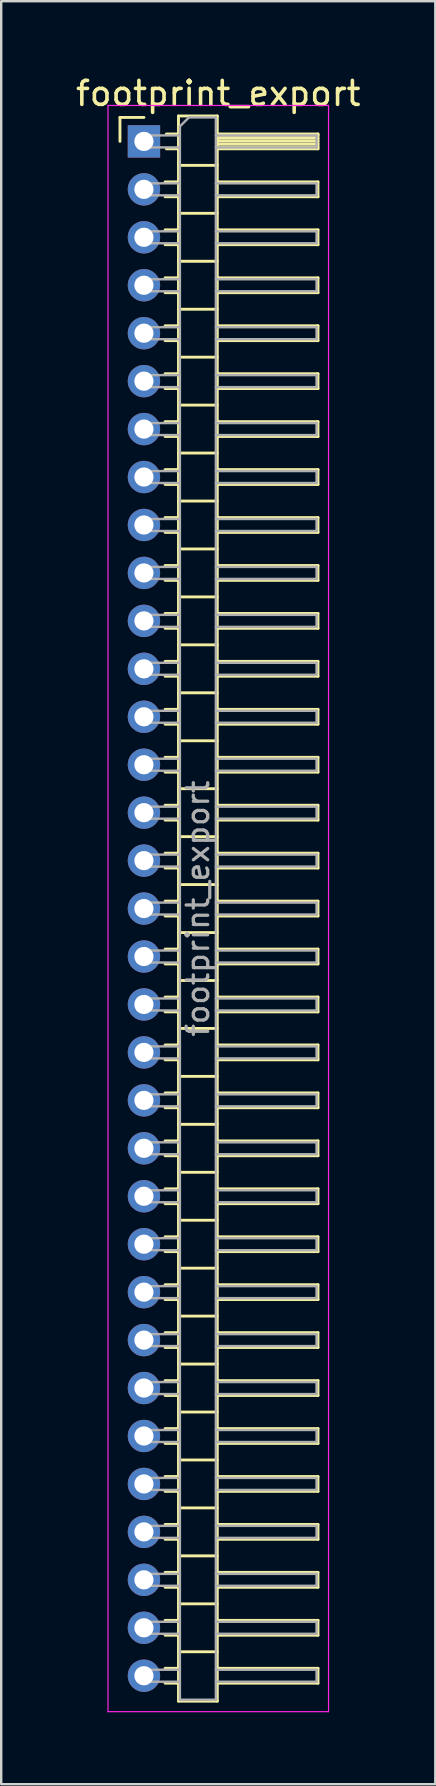
<source format=kicad_pcb>
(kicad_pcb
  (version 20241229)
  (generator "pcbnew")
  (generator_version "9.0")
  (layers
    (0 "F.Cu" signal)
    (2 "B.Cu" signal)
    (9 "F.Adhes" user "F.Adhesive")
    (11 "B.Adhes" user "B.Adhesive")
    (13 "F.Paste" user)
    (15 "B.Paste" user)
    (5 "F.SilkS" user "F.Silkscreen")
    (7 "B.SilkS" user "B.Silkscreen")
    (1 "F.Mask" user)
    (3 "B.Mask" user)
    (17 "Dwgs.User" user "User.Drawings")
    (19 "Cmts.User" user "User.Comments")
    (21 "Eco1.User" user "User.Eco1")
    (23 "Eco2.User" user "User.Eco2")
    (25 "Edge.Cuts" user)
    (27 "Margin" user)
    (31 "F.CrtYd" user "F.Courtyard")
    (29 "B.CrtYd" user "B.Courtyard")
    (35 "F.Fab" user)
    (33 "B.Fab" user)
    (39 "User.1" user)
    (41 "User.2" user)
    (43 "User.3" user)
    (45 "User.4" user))
  (footprint "footprint_export"
    (layer "F.Cu")
    (at 2.954 2.848)
    (property "Reference" "footprint_export" (at 3.1 -2 0) (layer "F.SilkS") (effects (font (size 1 1) (thickness 0.15))))
    (attr through_hole)
    (fp_line (start -1 -1) (end 0 -1) (stroke (width 0.12) (type solid)) (layer "F.SilkS"))
    (fp_line (start -1 0) (end -1 -1) (stroke (width 0.12) (type solid)) (layer "F.SilkS"))
    (fp_line (start 0.882 1.69) (end 1.44 1.69) (stroke (width 0.12) (type solid)) (layer "F.SilkS"))
    (fp_line (start 0.882 2.31) (end 1.44 2.31) (stroke (width 0.12) (type solid)) (layer "F.SilkS"))
    (fp_line (start 0.882 3.69) (end 1.44 3.69) (stroke (width 0.12) (type solid)) (layer "F.SilkS"))
    (fp_line (start 0.882 4.31) (end 1.44 4.31) (stroke (width 0.12) (type solid)) (layer "F.SilkS"))
    (fp_line (start 0.882 5.69) (end 1.44 5.69) (stroke (width 0.12) (type solid)) (layer "F.SilkS"))
    (fp_line (start 0.882 6.31) (end 1.44 6.31) (stroke (width 0.12) (type solid)) (layer "F.SilkS"))
    (fp_line (start 0.882 7.69) (end 1.44 7.69) (stroke (width 0.12) (type solid)) (layer "F.SilkS"))
    (fp_line (start 0.882 8.31) (end 1.44 8.31) (stroke (width 0.12) (type solid)) (layer "F.SilkS"))
    (fp_line (start 0.882 9.69) (end 1.44 9.69) (stroke (width 0.12) (type solid)) (layer "F.SilkS"))
    (fp_line (start 0.882 10.31) (end 1.44 10.31) (stroke (width 0.12) (type solid)) (layer "F.SilkS"))
    (fp_line (start 0.882 11.69) (end 1.44 11.69) (stroke (width 0.12) (type solid)) (layer "F.SilkS"))
    (fp_line (start 0.882 12.31) (end 1.44 12.31) (stroke (width 0.12) (type solid)) (layer "F.SilkS"))
    (fp_line (start 0.882 13.69) (end 1.44 13.69) (stroke (width 0.12) (type solid)) (layer "F.SilkS"))
    (fp_line (start 0.882 14.31) (end 1.44 14.31) (stroke (width 0.12) (type solid)) (layer "F.SilkS"))
    (fp_line (start 0.882 15.69) (end 1.44 15.69) (stroke (width 0.12) (type solid)) (layer "F.SilkS"))
    (fp_line (start 0.882 16.31) (end 1.44 16.31) (stroke (width 0.12) (type solid)) (layer "F.SilkS"))
    (fp_line (start 0.882 17.69) (end 1.44 17.69) (stroke (width 0.12) (type solid)) (layer "F.SilkS"))
    (fp_line (start 0.882 18.31) (end 1.44 18.31) (stroke (width 0.12) (type solid)) (layer "F.SilkS"))
    (fp_line (start 0.882 19.69) (end 1.44 19.69) (stroke (width 0.12) (type solid)) (layer "F.SilkS"))
    (fp_line (start 0.882 20.31) (end 1.44 20.31) (stroke (width 0.12) (type solid)) (layer "F.SilkS"))
    (fp_line (start 0.882 21.69) (end 1.44 21.69) (stroke (width 0.12) (type solid)) (layer "F.SilkS"))
    (fp_line (start 0.882 22.31) (end 1.44 22.31) (stroke (width 0.12) (type solid)) (layer "F.SilkS"))
    (fp_line (start 0.882 23.69) (end 1.44 23.69) (stroke (width 0.12) (type solid)) (layer "F.SilkS"))
    (fp_line (start 0.882 24.31) (end 1.44 24.31) (stroke (width 0.12) (type solid)) (layer "F.SilkS"))
    (fp_line (start 0.882 25.69) (end 1.44 25.69) (stroke (width 0.12) (type solid)) (layer "F.SilkS"))
    (fp_line (start 0.882 26.31) (end 1.44 26.31) (stroke (width 0.12) (type solid)) (layer "F.SilkS"))
    (fp_line (start 0.882 27.69) (end 1.44 27.69) (stroke (width 0.12) (type solid)) (layer "F.SilkS"))
    (fp_line (start 0.882 28.31) (end 1.44 28.31) (stroke (width 0.12) (type solid)) (layer "F.SilkS"))
    (fp_line (start 0.882 29.69) (end 1.44 29.69) (stroke (width 0.12) (type solid)) (layer "F.SilkS"))
    (fp_line (start 0.882 30.31) (end 1.44 30.31) (stroke (width 0.12) (type solid)) (layer "F.SilkS"))
    (fp_line (start 0.882 31.69) (end 1.44 31.69) (stroke (width 0.12) (type solid)) (layer "F.SilkS"))
    (fp_line (start 0.882 32.31) (end 1.44 32.31) (stroke (width 0.12) (type solid)) (layer "F.SilkS"))
    (fp_line (start 0.882 33.69) (end 1.44 33.69) (stroke (width 0.12) (type solid)) (layer "F.SilkS"))
    (fp_line (start 0.882 34.31) (end 1.44 34.31) (stroke (width 0.12) (type solid)) (layer "F.SilkS"))
    (fp_line (start 0.882 35.69) (end 1.44 35.69) (stroke (width 0.12) (type solid)) (layer "F.SilkS"))
    (fp_line (start 0.882 36.31) (end 1.44 36.31) (stroke (width 0.12) (type solid)) (layer "F.SilkS"))
    (fp_line (start 0.882 37.69) (end 1.44 37.69) (stroke (width 0.12) (type solid)) (layer "F.SilkS"))
    (fp_line (start 0.882 38.31) (end 1.44 38.31) (stroke (width 0.12) (type solid)) (layer "F.SilkS"))
    (fp_line (start 0.882 39.69) (end 1.44 39.69) (stroke (width 0.12) (type solid)) (layer "F.SilkS"))
    (fp_line (start 0.882 40.31) (end 1.44 40.31) (stroke (width 0.12) (type solid)) (layer "F.SilkS"))
    (fp_line (start 0.882 41.69) (end 1.44 41.69) (stroke (width 0.12) (type solid)) (layer "F.SilkS"))
    (fp_line (start 0.882 42.31) (end 1.44 42.31) (stroke (width 0.12) (type solid)) (layer "F.SilkS"))
    (fp_line (start 0.882 43.69) (end 1.44 43.69) (stroke (width 0.12) (type solid)) (layer "F.SilkS"))
    (fp_line (start 0.882 44.31) (end 1.44 44.31) (stroke (width 0.12) (type solid)) (layer "F.SilkS"))
    (fp_line (start 0.882 45.69) (end 1.44 45.69) (stroke (width 0.12) (type solid)) (layer "F.SilkS"))
    (fp_line (start 0.882 46.31) (end 1.44 46.31) (stroke (width 0.12) (type solid)) (layer "F.SilkS"))
    (fp_line (start 0.882 47.69) (end 1.44 47.69) (stroke (width 0.12) (type solid)) (layer "F.SilkS"))
    (fp_line (start 0.882 48.31) (end 1.44 48.31) (stroke (width 0.12) (type solid)) (layer "F.SilkS"))
    (fp_line (start 0.882 49.69) (end 1.44 49.69) (stroke (width 0.12) (type solid)) (layer "F.SilkS"))
    (fp_line (start 0.882 50.31) (end 1.44 50.31) (stroke (width 0.12) (type solid)) (layer "F.SilkS"))
    (fp_line (start 0.882 51.69) (end 1.44 51.69) (stroke (width 0.12) (type solid)) (layer "F.SilkS"))
    (fp_line (start 0.882 52.31) (end 1.44 52.31) (stroke (width 0.12) (type solid)) (layer "F.SilkS"))
    (fp_line (start 0.882 53.69) (end 1.44 53.69) (stroke (width 0.12) (type solid)) (layer "F.SilkS"))
    (fp_line (start 0.882 54.31) (end 1.44 54.31) (stroke (width 0.12) (type solid)) (layer "F.SilkS"))
    (fp_line (start 0.882 55.69) (end 1.44 55.69) (stroke (width 0.12) (type solid)) (layer "F.SilkS"))
    (fp_line (start 0.882 56.31) (end 1.44 56.31) (stroke (width 0.12) (type solid)) (layer "F.SilkS"))
    (fp_line (start 0.882 57.69) (end 1.44 57.69) (stroke (width 0.12) (type solid)) (layer "F.SilkS"))
    (fp_line (start 0.882 58.31) (end 1.44 58.31) (stroke (width 0.12) (type solid)) (layer "F.SilkS"))
    (fp_line (start 0.882 59.69) (end 1.44 59.69) (stroke (width 0.12) (type solid)) (layer "F.SilkS"))
    (fp_line (start 0.882 60.31) (end 1.44 60.31) (stroke (width 0.12) (type solid)) (layer "F.SilkS"))
    (fp_line (start 0.882 61.69) (end 1.44 61.69) (stroke (width 0.12) (type solid)) (layer "F.SilkS"))
    (fp_line (start 0.882 62.31) (end 1.44 62.31) (stroke (width 0.12) (type solid)) (layer "F.SilkS"))
    (fp_line (start 0.882 63.69) (end 1.44 63.69) (stroke (width 0.12) (type solid)) (layer "F.SilkS"))
    (fp_line (start 0.882 64.31) (end 1.44 64.31) (stroke (width 0.12) (type solid)) (layer "F.SilkS"))
    (fp_line (start 0.935 -0.31) (end 1.44 -0.31) (stroke (width 0.12) (type solid)) (layer "F.SilkS"))
    (fp_line (start 0.935 0.31) (end 1.44 0.31) (stroke (width 0.12) (type solid)) (layer "F.SilkS"))
    (fp_line (start 1.44 -1.06) (end 1.44 65.06) (stroke (width 0.12) (type solid)) (layer "F.SilkS"))
    (fp_line (start 1.44 1) (end 3.06 1) (stroke (width 0.12) (type solid)) (layer "F.SilkS"))
    (fp_line (start 1.44 3) (end 3.06 3) (stroke (width 0.12) (type solid)) (layer "F.SilkS"))
    (fp_line (start 1.44 5) (end 3.06 5) (stroke (width 0.12) (type solid)) (layer "F.SilkS"))
    (fp_line (start 1.44 7) (end 3.06 7) (stroke (width 0.12) (type solid)) (layer "F.SilkS"))
    (fp_line (start 1.44 9) (end 3.06 9) (stroke (width 0.12) (type solid)) (layer "F.SilkS"))
    (fp_line (start 1.44 11) (end 3.06 11) (stroke (width 0.12) (type solid)) (layer "F.SilkS"))
    (fp_line (start 1.44 13) (end 3.06 13) (stroke (width 0.12) (type solid)) (layer "F.SilkS"))
    (fp_line (start 1.44 15) (end 3.06 15) (stroke (width 0.12) (type solid)) (layer "F.SilkS"))
    (fp_line (start 1.44 17) (end 3.06 17) (stroke (width 0.12) (type solid)) (layer "F.SilkS"))
    (fp_line (start 1.44 19) (end 3.06 19) (stroke (width 0.12) (type solid)) (layer "F.SilkS"))
    (fp_line (start 1.44 21) (end 3.06 21) (stroke (width 0.12) (type solid)) (layer "F.SilkS"))
    (fp_line (start 1.44 23) (end 3.06 23) (stroke (width 0.12) (type solid)) (layer "F.SilkS"))
    (fp_line (start 1.44 25) (end 3.06 25) (stroke (width 0.12) (type solid)) (layer "F.SilkS"))
    (fp_line (start 1.44 27) (end 3.06 27) (stroke (width 0.12) (type solid)) (layer "F.SilkS"))
    (fp_line (start 1.44 29) (end 3.06 29) (stroke (width 0.12) (type solid)) (layer "F.SilkS"))
    (fp_line (start 1.44 31) (end 3.06 31) (stroke (width 0.12) (type solid)) (layer "F.SilkS"))
    (fp_line (start 1.44 33) (end 3.06 33) (stroke (width 0.12) (type solid)) (layer "F.SilkS"))
    (fp_line (start 1.44 35) (end 3.06 35) (stroke (width 0.12) (type solid)) (layer "F.SilkS"))
    (fp_line (start 1.44 37) (end 3.06 37) (stroke (width 0.12) (type solid)) (layer "F.SilkS"))
    (fp_line (start 1.44 39) (end 3.06 39) (stroke (width 0.12) (type solid)) (layer "F.SilkS"))
    (fp_line (start 1.44 41) (end 3.06 41) (stroke (width 0.12) (type solid)) (layer "F.SilkS"))
    (fp_line (start 1.44 43) (end 3.06 43) (stroke (width 0.12) (type solid)) (layer "F.SilkS"))
    (fp_line (start 1.44 45) (end 3.06 45) (stroke (width 0.12) (type solid)) (layer "F.SilkS"))
    (fp_line (start 1.44 47) (end 3.06 47) (stroke (width 0.12) (type solid)) (layer "F.SilkS"))
    (fp_line (start 1.44 49) (end 3.06 49) (stroke (width 0.12) (type solid)) (layer "F.SilkS"))
    (fp_line (start 1.44 51) (end 3.06 51) (stroke (width 0.12) (type solid)) (layer "F.SilkS"))
    (fp_line (start 1.44 53) (end 3.06 53) (stroke (width 0.12) (type solid)) (layer "F.SilkS"))
    (fp_line (start 1.44 55) (end 3.06 55) (stroke (width 0.12) (type solid)) (layer "F.SilkS"))
    (fp_line (start 1.44 57) (end 3.06 57) (stroke (width 0.12) (type solid)) (layer "F.SilkS"))
    (fp_line (start 1.44 59) (end 3.06 59) (stroke (width 0.12) (type solid)) (layer "F.SilkS"))
    (fp_line (start 1.44 61) (end 3.06 61) (stroke (width 0.12) (type solid)) (layer "F.SilkS"))
    (fp_line (start 1.44 63) (end 3.06 63) (stroke (width 0.12) (type solid)) (layer "F.SilkS"))
    (fp_line (start 1.44 65.06) (end 3.06 65.06) (stroke (width 0.12) (type solid)) (layer "F.SilkS"))
    (fp_line (start 3.06 -1.06) (end 1.44 -1.06) (stroke (width 0.12) (type solid)) (layer "F.SilkS"))
    (fp_line (start 3.06 -0.31) (end 7.26 -0.31) (stroke (width 0.12) (type solid)) (layer "F.SilkS"))
    (fp_line (start 3.06 -0.25) (end 7.26 -0.25) (stroke (width 0.12) (type solid)) (layer "F.SilkS"))
    (fp_line (start 3.06 -0.13) (end 7.26 -0.13) (stroke (width 0.12) (type solid)) (layer "F.SilkS"))
    (fp_line (start 3.06 -0.01) (end 7.26 -0.01) (stroke (width 0.12) (type solid)) (layer "F.SilkS"))
    (fp_line (start 3.06 0.11) (end 7.26 0.11) (stroke (width 0.12) (type solid)) (layer "F.SilkS"))
    (fp_line (start 3.06 0.23) (end 7.26 0.23) (stroke (width 0.12) (type solid)) (layer "F.SilkS"))
    (fp_line (start 3.06 1.69) (end 7.26 1.69) (stroke (width 0.12) (type solid)) (layer "F.SilkS"))
    (fp_line (start 3.06 3.69) (end 7.26 3.69) (stroke (width 0.12) (type solid)) (layer "F.SilkS"))
    (fp_line (start 3.06 5.69) (end 7.26 5.69) (stroke (width 0.12) (type solid)) (layer "F.SilkS"))
    (fp_line (start 3.06 7.69) (end 7.26 7.69) (stroke (width 0.12) (type solid)) (layer "F.SilkS"))
    (fp_line (start 3.06 9.69) (end 7.26 9.69) (stroke (width 0.12) (type solid)) (layer "F.SilkS"))
    (fp_line (start 3.06 11.69) (end 7.26 11.69) (stroke (width 0.12) (type solid)) (layer "F.SilkS"))
    (fp_line (start 3.06 13.69) (end 7.26 13.69) (stroke (width 0.12) (type solid)) (layer "F.SilkS"))
    (fp_line (start 3.06 15.69) (end 7.26 15.69) (stroke (width 0.12) (type solid)) (layer "F.SilkS"))
    (fp_line (start 3.06 17.69) (end 7.26 17.69) (stroke (width 0.12) (type solid)) (layer "F.SilkS"))
    (fp_line (start 3.06 19.69) (end 7.26 19.69) (stroke (width 0.12) (type solid)) (layer "F.SilkS"))
    (fp_line (start 3.06 21.69) (end 7.26 21.69) (stroke (width 0.12) (type solid)) (layer "F.SilkS"))
    (fp_line (start 3.06 23.69) (end 7.26 23.69) (stroke (width 0.12) (type solid)) (layer "F.SilkS"))
    (fp_line (start 3.06 25.69) (end 7.26 25.69) (stroke (width 0.12) (type solid)) (layer "F.SilkS"))
    (fp_line (start 3.06 27.69) (end 7.26 27.69) (stroke (width 0.12) (type solid)) (layer "F.SilkS"))
    (fp_line (start 3.06 29.69) (end 7.26 29.69) (stroke (width 0.12) (type solid)) (layer "F.SilkS"))
    (fp_line (start 3.06 31.69) (end 7.26 31.69) (stroke (width 0.12) (type solid)) (layer "F.SilkS"))
    (fp_line (start 3.06 33.69) (end 7.26 33.69) (stroke (width 0.12) (type solid)) (layer "F.SilkS"))
    (fp_line (start 3.06 35.69) (end 7.26 35.69) (stroke (width 0.12) (type solid)) (layer "F.SilkS"))
    (fp_line (start 3.06 37.69) (end 7.26 37.69) (stroke (width 0.12) (type solid)) (layer "F.SilkS"))
    (fp_line (start 3.06 39.69) (end 7.26 39.69) (stroke (width 0.12) (type solid)) (layer "F.SilkS"))
    (fp_line (start 3.06 41.69) (end 7.26 41.69) (stroke (width 0.12) (type solid)) (layer "F.SilkS"))
    (fp_line (start 3.06 43.69) (end 7.26 43.69) (stroke (width 0.12) (type solid)) (layer "F.SilkS"))
    (fp_line (start 3.06 45.69) (end 7.26 45.69) (stroke (width 0.12) (type solid)) (layer "F.SilkS"))
    (fp_line (start 3.06 47.69) (end 7.26 47.69) (stroke (width 0.12) (type solid)) (layer "F.SilkS"))
    (fp_line (start 3.06 49.69) (end 7.26 49.69) (stroke (width 0.12) (type solid)) (layer "F.SilkS"))
    (fp_line (start 3.06 51.69) (end 7.26 51.69) (stroke (width 0.12) (type solid)) (layer "F.SilkS"))
    (fp_line (start 3.06 53.69) (end 7.26 53.69) (stroke (width 0.12) (type solid)) (layer "F.SilkS"))
    (fp_line (start 3.06 55.69) (end 7.26 55.69) (stroke (width 0.12) (type solid)) (layer "F.SilkS"))
    (fp_line (start 3.06 57.69) (end 7.26 57.69) (stroke (width 0.12) (type solid)) (layer "F.SilkS"))
    (fp_line (start 3.06 59.69) (end 7.26 59.69) (stroke (width 0.12) (type solid)) (layer "F.SilkS"))
    (fp_line (start 3.06 61.69) (end 7.26 61.69) (stroke (width 0.12) (type solid)) (layer "F.SilkS"))
    (fp_line (start 3.06 63.69) (end 7.26 63.69) (stroke (width 0.12) (type solid)) (layer "F.SilkS"))
    (fp_line (start 3.06 65.06) (end 3.06 -1.06) (stroke (width 0.12) (type solid)) (layer "F.SilkS"))
    (fp_line (start 7.26 -0.31) (end 7.26 0.31) (stroke (width 0.12) (type solid)) (layer "F.SilkS"))
    (fp_line (start 7.26 0.31) (end 3.06 0.31) (stroke (width 0.12) (type solid)) (layer "F.SilkS"))
    (fp_line (start 7.26 1.69) (end 7.26 2.31) (stroke (width 0.12) (type solid)) (layer "F.SilkS"))
    (fp_line (start 7.26 2.31) (end 3.06 2.31) (stroke (width 0.12) (type solid)) (layer "F.SilkS"))
    (fp_line (start 7.26 3.69) (end 7.26 4.31) (stroke (width 0.12) (type solid)) (layer "F.SilkS"))
    (fp_line (start 7.26 4.31) (end 3.06 4.31) (stroke (width 0.12) (type solid)) (layer "F.SilkS"))
    (fp_line (start 7.26 5.69) (end 7.26 6.31) (stroke (width 0.12) (type solid)) (layer "F.SilkS"))
    (fp_line (start 7.26 6.31) (end 3.06 6.31) (stroke (width 0.12) (type solid)) (layer "F.SilkS"))
    (fp_line (start 7.26 7.69) (end 7.26 8.31) (stroke (width 0.12) (type solid)) (layer "F.SilkS"))
    (fp_line (start 7.26 8.31) (end 3.06 8.31) (stroke (width 0.12) (type solid)) (layer "F.SilkS"))
    (fp_line (start 7.26 9.69) (end 7.26 10.31) (stroke (width 0.12) (type solid)) (layer "F.SilkS"))
    (fp_line (start 7.26 10.31) (end 3.06 10.31) (stroke (width 0.12) (type solid)) (layer "F.SilkS"))
    (fp_line (start 7.26 11.69) (end 7.26 12.31) (stroke (width 0.12) (type solid)) (layer "F.SilkS"))
    (fp_line (start 7.26 12.31) (end 3.06 12.31) (stroke (width 0.12) (type solid)) (layer "F.SilkS"))
    (fp_line (start 7.26 13.69) (end 7.26 14.31) (stroke (width 0.12) (type solid)) (layer "F.SilkS"))
    (fp_line (start 7.26 14.31) (end 3.06 14.31) (stroke (width 0.12) (type solid)) (layer "F.SilkS"))
    (fp_line (start 7.26 15.69) (end 7.26 16.31) (stroke (width 0.12) (type solid)) (layer "F.SilkS"))
    (fp_line (start 7.26 16.31) (end 3.06 16.31) (stroke (width 0.12) (type solid)) (layer "F.SilkS"))
    (fp_line (start 7.26 17.69) (end 7.26 18.31) (stroke (width 0.12) (type solid)) (layer "F.SilkS"))
    (fp_line (start 7.26 18.31) (end 3.06 18.31) (stroke (width 0.12) (type solid)) (layer "F.SilkS"))
    (fp_line (start 7.26 19.69) (end 7.26 20.31) (stroke (width 0.12) (type solid)) (layer "F.SilkS"))
    (fp_line (start 7.26 20.31) (end 3.06 20.31) (stroke (width 0.12) (type solid)) (layer "F.SilkS"))
    (fp_line (start 7.26 21.69) (end 7.26 22.31) (stroke (width 0.12) (type solid)) (layer "F.SilkS"))
    (fp_line (start 7.26 22.31) (end 3.06 22.31) (stroke (width 0.12) (type solid)) (layer "F.SilkS"))
    (fp_line (start 7.26 23.69) (end 7.26 24.31) (stroke (width 0.12) (type solid)) (layer "F.SilkS"))
    (fp_line (start 7.26 24.31) (end 3.06 24.31) (stroke (width 0.12) (type solid)) (layer "F.SilkS"))
    (fp_line (start 7.26 25.69) (end 7.26 26.31) (stroke (width 0.12) (type solid)) (layer "F.SilkS"))
    (fp_line (start 7.26 26.31) (end 3.06 26.31) (stroke (width 0.12) (type solid)) (layer "F.SilkS"))
    (fp_line (start 7.26 27.69) (end 7.26 28.31) (stroke (width 0.12) (type solid)) (layer "F.SilkS"))
    (fp_line (start 7.26 28.31) (end 3.06 28.31) (stroke (width 0.12) (type solid)) (layer "F.SilkS"))
    (fp_line (start 7.26 29.69) (end 7.26 30.31) (stroke (width 0.12) (type solid)) (layer "F.SilkS"))
    (fp_line (start 7.26 30.31) (end 3.06 30.31) (stroke (width 0.12) (type solid)) (layer "F.SilkS"))
    (fp_line (start 7.26 31.69) (end 7.26 32.31) (stroke (width 0.12) (type solid)) (layer "F.SilkS"))
    (fp_line (start 7.26 32.31) (end 3.06 32.31) (stroke (width 0.12) (type solid)) (layer "F.SilkS"))
    (fp_line (start 7.26 33.69) (end 7.26 34.31) (stroke (width 0.12) (type solid)) (layer "F.SilkS"))
    (fp_line (start 7.26 34.31) (end 3.06 34.31) (stroke (width 0.12) (type solid)) (layer "F.SilkS"))
    (fp_line (start 7.26 35.69) (end 7.26 36.31) (stroke (width 0.12) (type solid)) (layer "F.SilkS"))
    (fp_line (start 7.26 36.31) (end 3.06 36.31) (stroke (width 0.12) (type solid)) (layer "F.SilkS"))
    (fp_line (start 7.26 37.69) (end 7.26 38.31) (stroke (width 0.12) (type solid)) (layer "F.SilkS"))
    (fp_line (start 7.26 38.31) (end 3.06 38.31) (stroke (width 0.12) (type solid)) (layer "F.SilkS"))
    (fp_line (start 7.26 39.69) (end 7.26 40.31) (stroke (width 0.12) (type solid)) (layer "F.SilkS"))
    (fp_line (start 7.26 40.31) (end 3.06 40.31) (stroke (width 0.12) (type solid)) (layer "F.SilkS"))
    (fp_line (start 7.26 41.69) (end 7.26 42.31) (stroke (width 0.12) (type solid)) (layer "F.SilkS"))
    (fp_line (start 7.26 42.31) (end 3.06 42.31) (stroke (width 0.12) (type solid)) (layer "F.SilkS"))
    (fp_line (start 7.26 43.69) (end 7.26 44.31) (stroke (width 0.12) (type solid)) (layer "F.SilkS"))
    (fp_line (start 7.26 44.31) (end 3.06 44.31) (stroke (width 0.12) (type solid)) (layer "F.SilkS"))
    (fp_line (start 7.26 45.69) (end 7.26 46.31) (stroke (width 0.12) (type solid)) (layer "F.SilkS"))
    (fp_line (start 7.26 46.31) (end 3.06 46.31) (stroke (width 0.12) (type solid)) (layer "F.SilkS"))
    (fp_line (start 7.26 47.69) (end 7.26 48.31) (stroke (width 0.12) (type solid)) (layer "F.SilkS"))
    (fp_line (start 7.26 48.31) (end 3.06 48.31) (stroke (width 0.12) (type solid)) (layer "F.SilkS"))
    (fp_line (start 7.26 49.69) (end 7.26 50.31) (stroke (width 0.12) (type solid)) (layer "F.SilkS"))
    (fp_line (start 7.26 50.31) (end 3.06 50.31) (stroke (width 0.12) (type solid)) (layer "F.SilkS"))
    (fp_line (start 7.26 51.69) (end 7.26 52.31) (stroke (width 0.12) (type solid)) (layer "F.SilkS"))
    (fp_line (start 7.26 52.31) (end 3.06 52.31) (stroke (width 0.12) (type solid)) (layer "F.SilkS"))
    (fp_line (start 7.26 53.69) (end 7.26 54.31) (stroke (width 0.12) (type solid)) (layer "F.SilkS"))
    (fp_line (start 7.26 54.31) (end 3.06 54.31) (stroke (width 0.12) (type solid)) (layer "F.SilkS"))
    (fp_line (start 7.26 55.69) (end 7.26 56.31) (stroke (width 0.12) (type solid)) (layer "F.SilkS"))
    (fp_line (start 7.26 56.31) (end 3.06 56.31) (stroke (width 0.12) (type solid)) (layer "F.SilkS"))
    (fp_line (start 7.26 57.69) (end 7.26 58.31) (stroke (width 0.12) (type solid)) (layer "F.SilkS"))
    (fp_line (start 7.26 58.31) (end 3.06 58.31) (stroke (width 0.12) (type solid)) (layer "F.SilkS"))
    (fp_line (start 7.26 59.69) (end 7.26 60.31) (stroke (width 0.12) (type solid)) (layer "F.SilkS"))
    (fp_line (start 7.26 60.31) (end 3.06 60.31) (stroke (width 0.12) (type solid)) (layer "F.SilkS"))
    (fp_line (start 7.26 61.69) (end 7.26 62.31) (stroke (width 0.12) (type solid)) (layer "F.SilkS"))
    (fp_line (start 7.26 62.31) (end 3.06 62.31) (stroke (width 0.12) (type solid)) (layer "F.SilkS"))
    (fp_line (start 7.26 63.69) (end 7.26 64.31) (stroke (width 0.12) (type solid)) (layer "F.SilkS"))
    (fp_line (start 7.26 64.31) (end 3.06 64.31) (stroke (width 0.12) (type solid)) (layer "F.SilkS"))
    (fp_line (start -1.5 -1.5) (end -1.5 65.5) (stroke (width 0.05) (type solid)) (layer "F.CrtYd"))
    (fp_line (start -1.5 65.5) (end 7.7 65.5) (stroke (width 0.05) (type solid)) (layer "F.CrtYd"))
    (fp_line (start 7.7 -1.5) (end -1.5 -1.5) (stroke (width 0.05) (type solid)) (layer "F.CrtYd"))
    (fp_line (start 7.7 65.5) (end 7.7 -1.5) (stroke (width 0.05) (type solid)) (layer "F.CrtYd"))
    (fp_line (start -0.25 -0.25) (end -0.25 0.25) (stroke (width 0.1) (type solid)) (layer "F.Fab"))
    (fp_line (start -0.25 -0.25) (end 1.5 -0.25) (stroke (width 0.1) (type solid)) (layer "F.Fab"))
    (fp_line (start -0.25 0.25) (end 1.5 0.25) (stroke (width 0.1) (type solid)) (layer "F.Fab"))
    (fp_line (start -0.25 1.75) (end -0.25 2.25) (stroke (width 0.1) (type solid)) (layer "F.Fab"))
    (fp_line (start -0.25 1.75) (end 1.5 1.75) (stroke (width 0.1) (type solid)) (layer "F.Fab"))
    (fp_line (start -0.25 2.25) (end 1.5 2.25) (stroke (width 0.1) (type solid)) (layer "F.Fab"))
    (fp_line (start -0.25 3.75) (end -0.25 4.25) (stroke (width 0.1) (type solid)) (layer "F.Fab"))
    (fp_line (start -0.25 3.75) (end 1.5 3.75) (stroke (width 0.1) (type solid)) (layer "F.Fab"))
    (fp_line (start -0.25 4.25) (end 1.5 4.25) (stroke (width 0.1) (type solid)) (layer "F.Fab"))
    (fp_line (start -0.25 5.75) (end -0.25 6.25) (stroke (width 0.1) (type solid)) (layer "F.Fab"))
    (fp_line (start -0.25 5.75) (end 1.5 5.75) (stroke (width 0.1) (type solid)) (layer "F.Fab"))
    (fp_line (start -0.25 6.25) (end 1.5 6.25) (stroke (width 0.1) (type solid)) (layer "F.Fab"))
    (fp_line (start -0.25 7.75) (end -0.25 8.25) (stroke (width 0.1) (type solid)) (layer "F.Fab"))
    (fp_line (start -0.25 7.75) (end 1.5 7.75) (stroke (width 0.1) (type solid)) (layer "F.Fab"))
    (fp_line (start -0.25 8.25) (end 1.5 8.25) (stroke (width 0.1) (type solid)) (layer "F.Fab"))
    (fp_line (start -0.25 9.75) (end -0.25 10.25) (stroke (width 0.1) (type solid)) (layer "F.Fab"))
    (fp_line (start -0.25 9.75) (end 1.5 9.75) (stroke (width 0.1) (type solid)) (layer "F.Fab"))
    (fp_line (start -0.25 10.25) (end 1.5 10.25) (stroke (width 0.1) (type solid)) (layer "F.Fab"))
    (fp_line (start -0.25 11.75) (end -0.25 12.25) (stroke (width 0.1) (type solid)) (layer "F.Fab"))
    (fp_line (start -0.25 11.75) (end 1.5 11.75) (stroke (width 0.1) (type solid)) (layer "F.Fab"))
    (fp_line (start -0.25 12.25) (end 1.5 12.25) (stroke (width 0.1) (type solid)) (layer "F.Fab"))
    (fp_line (start -0.25 13.75) (end -0.25 14.25) (stroke (width 0.1) (type solid)) (layer "F.Fab"))
    (fp_line (start -0.25 13.75) (end 1.5 13.75) (stroke (width 0.1) (type solid)) (layer "F.Fab"))
    (fp_line (start -0.25 14.25) (end 1.5 14.25) (stroke (width 0.1) (type solid)) (layer "F.Fab"))
    (fp_line (start -0.25 15.75) (end -0.25 16.25) (stroke (width 0.1) (type solid)) (layer "F.Fab"))
    (fp_line (start -0.25 15.75) (end 1.5 15.75) (stroke (width 0.1) (type solid)) (layer "F.Fab"))
    (fp_line (start -0.25 16.25) (end 1.5 16.25) (stroke (width 0.1) (type solid)) (layer "F.Fab"))
    (fp_line (start -0.25 17.75) (end -0.25 18.25) (stroke (width 0.1) (type solid)) (layer "F.Fab"))
    (fp_line (start -0.25 17.75) (end 1.5 17.75) (stroke (width 0.1) (type solid)) (layer "F.Fab"))
    (fp_line (start -0.25 18.25) (end 1.5 18.25) (stroke (width 0.1) (type solid)) (layer "F.Fab"))
    (fp_line (start -0.25 19.75) (end -0.25 20.25) (stroke (width 0.1) (type solid)) (layer "F.Fab"))
    (fp_line (start -0.25 19.75) (end 1.5 19.75) (stroke (width 0.1) (type solid)) (layer "F.Fab"))
    (fp_line (start -0.25 20.25) (end 1.5 20.25) (stroke (width 0.1) (type solid)) (layer "F.Fab"))
    (fp_line (start -0.25 21.75) (end -0.25 22.25) (stroke (width 0.1) (type solid)) (layer "F.Fab"))
    (fp_line (start -0.25 21.75) (end 1.5 21.75) (stroke (width 0.1) (type solid)) (layer "F.Fab"))
    (fp_line (start -0.25 22.25) (end 1.5 22.25) (stroke (width 0.1) (type solid)) (layer "F.Fab"))
    (fp_line (start -0.25 23.75) (end -0.25 24.25) (stroke (width 0.1) (type solid)) (layer "F.Fab"))
    (fp_line (start -0.25 23.75) (end 1.5 23.75) (stroke (width 0.1) (type solid)) (layer "F.Fab"))
    (fp_line (start -0.25 24.25) (end 1.5 24.25) (stroke (width 0.1) (type solid)) (layer "F.Fab"))
    (fp_line (start -0.25 25.75) (end -0.25 26.25) (stroke (width 0.1) (type solid)) (layer "F.Fab"))
    (fp_line (start -0.25 25.75) (end 1.5 25.75) (stroke (width 0.1) (type solid)) (layer "F.Fab"))
    (fp_line (start -0.25 26.25) (end 1.5 26.25) (stroke (width 0.1) (type solid)) (layer "F.Fab"))
    (fp_line (start -0.25 27.75) (end -0.25 28.25) (stroke (width 0.1) (type solid)) (layer "F.Fab"))
    (fp_line (start -0.25 27.75) (end 1.5 27.75) (stroke (width 0.1) (type solid)) (layer "F.Fab"))
    (fp_line (start -0.25 28.25) (end 1.5 28.25) (stroke (width 0.1) (type solid)) (layer "F.Fab"))
    (fp_line (start -0.25 29.75) (end -0.25 30.25) (stroke (width 0.1) (type solid)) (layer "F.Fab"))
    (fp_line (start -0.25 29.75) (end 1.5 29.75) (stroke (width 0.1) (type solid)) (layer "F.Fab"))
    (fp_line (start -0.25 30.25) (end 1.5 30.25) (stroke (width 0.1) (type solid)) (layer "F.Fab"))
    (fp_line (start -0.25 31.75) (end -0.25 32.25) (stroke (width 0.1) (type solid)) (layer "F.Fab"))
    (fp_line (start -0.25 31.75) (end 1.5 31.75) (stroke (width 0.1) (type solid)) (layer "F.Fab"))
    (fp_line (start -0.25 32.25) (end 1.5 32.25) (stroke (width 0.1) (type solid)) (layer "F.Fab"))
    (fp_line (start -0.25 33.75) (end -0.25 34.25) (stroke (width 0.1) (type solid)) (layer "F.Fab"))
    (fp_line (start -0.25 33.75) (end 1.5 33.75) (stroke (width 0.1) (type solid)) (layer "F.Fab"))
    (fp_line (start -0.25 34.25) (end 1.5 34.25) (stroke (width 0.1) (type solid)) (layer "F.Fab"))
    (fp_line (start -0.25 35.75) (end -0.25 36.25) (stroke (width 0.1) (type solid)) (layer "F.Fab"))
    (fp_line (start -0.25 35.75) (end 1.5 35.75) (stroke (width 0.1) (type solid)) (layer "F.Fab"))
    (fp_line (start -0.25 36.25) (end 1.5 36.25) (stroke (width 0.1) (type solid)) (layer "F.Fab"))
    (fp_line (start -0.25 37.75) (end -0.25 38.25) (stroke (width 0.1) (type solid)) (layer "F.Fab"))
    (fp_line (start -0.25 37.75) (end 1.5 37.75) (stroke (width 0.1) (type solid)) (layer "F.Fab"))
    (fp_line (start -0.25 38.25) (end 1.5 38.25) (stroke (width 0.1) (type solid)) (layer "F.Fab"))
    (fp_line (start -0.25 39.75) (end -0.25 40.25) (stroke (width 0.1) (type solid)) (layer "F.Fab"))
    (fp_line (start -0.25 39.75) (end 1.5 39.75) (stroke (width 0.1) (type solid)) (layer "F.Fab"))
    (fp_line (start -0.25 40.25) (end 1.5 40.25) (stroke (width 0.1) (type solid)) (layer "F.Fab"))
    (fp_line (start -0.25 41.75) (end -0.25 42.25) (stroke (width 0.1) (type solid)) (layer "F.Fab"))
    (fp_line (start -0.25 41.75) (end 1.5 41.75) (stroke (width 0.1) (type solid)) (layer "F.Fab"))
    (fp_line (start -0.25 42.25) (end 1.5 42.25) (stroke (width 0.1) (type solid)) (layer "F.Fab"))
    (fp_line (start -0.25 43.75) (end -0.25 44.25) (stroke (width 0.1) (type solid)) (layer "F.Fab"))
    (fp_line (start -0.25 43.75) (end 1.5 43.75) (stroke (width 0.1) (type solid)) (layer "F.Fab"))
    (fp_line (start -0.25 44.25) (end 1.5 44.25) (stroke (width 0.1) (type solid)) (layer "F.Fab"))
    (fp_line (start -0.25 45.75) (end -0.25 46.25) (stroke (width 0.1) (type solid)) (layer "F.Fab"))
    (fp_line (start -0.25 45.75) (end 1.5 45.75) (stroke (width 0.1) (type solid)) (layer "F.Fab"))
    (fp_line (start -0.25 46.25) (end 1.5 46.25) (stroke (width 0.1) (type solid)) (layer "F.Fab"))
    (fp_line (start -0.25 47.75) (end -0.25 48.25) (stroke (width 0.1) (type solid)) (layer "F.Fab"))
    (fp_line (start -0.25 47.75) (end 1.5 47.75) (stroke (width 0.1) (type solid)) (layer "F.Fab"))
    (fp_line (start -0.25 48.25) (end 1.5 48.25) (stroke (width 0.1) (type solid)) (layer "F.Fab"))
    (fp_line (start -0.25 49.75) (end -0.25 50.25) (stroke (width 0.1) (type solid)) (layer "F.Fab"))
    (fp_line (start -0.25 49.75) (end 1.5 49.75) (stroke (width 0.1) (type solid)) (layer "F.Fab"))
    (fp_line (start -0.25 50.25) (end 1.5 50.25) (stroke (width 0.1) (type solid)) (layer "F.Fab"))
    (fp_line (start -0.25 51.75) (end -0.25 52.25) (stroke (width 0.1) (type solid)) (layer "F.Fab"))
    (fp_line (start -0.25 51.75) (end 1.5 51.75) (stroke (width 0.1) (type solid)) (layer "F.Fab"))
    (fp_line (start -0.25 52.25) (end 1.5 52.25) (stroke (width 0.1) (type solid)) (layer "F.Fab"))
    (fp_line (start -0.25 53.75) (end -0.25 54.25) (stroke (width 0.1) (type solid)) (layer "F.Fab"))
    (fp_line (start -0.25 53.75) (end 1.5 53.75) (stroke (width 0.1) (type solid)) (layer "F.Fab"))
    (fp_line (start -0.25 54.25) (end 1.5 54.25) (stroke (width 0.1) (type solid)) (layer "F.Fab"))
    (fp_line (start -0.25 55.75) (end -0.25 56.25) (stroke (width 0.1) (type solid)) (layer "F.Fab"))
    (fp_line (start -0.25 55.75) (end 1.5 55.75) (stroke (width 0.1) (type solid)) (layer "F.Fab"))
    (fp_line (start -0.25 56.25) (end 1.5 56.25) (stroke (width 0.1) (type solid)) (layer "F.Fab"))
    (fp_line (start -0.25 57.75) (end -0.25 58.25) (stroke (width 0.1) (type solid)) (layer "F.Fab"))
    (fp_line (start -0.25 57.75) (end 1.5 57.75) (stroke (width 0.1) (type solid)) (layer "F.Fab"))
    (fp_line (start -0.25 58.25) (end 1.5 58.25) (stroke (width 0.1) (type solid)) (layer "F.Fab"))
    (fp_line (start -0.25 59.75) (end -0.25 60.25) (stroke (width 0.1) (type solid)) (layer "F.Fab"))
    (fp_line (start -0.25 59.75) (end 1.5 59.75) (stroke (width 0.1) (type solid)) (layer "F.Fab"))
    (fp_line (start -0.25 60.25) (end 1.5 60.25) (stroke (width 0.1) (type solid)) (layer "F.Fab"))
    (fp_line (start -0.25 61.75) (end -0.25 62.25) (stroke (width 0.1) (type solid)) (layer "F.Fab"))
    (fp_line (start -0.25 61.75) (end 1.5 61.75) (stroke (width 0.1) (type solid)) (layer "F.Fab"))
    (fp_line (start -0.25 62.25) (end 1.5 62.25) (stroke (width 0.1) (type solid)) (layer "F.Fab"))
    (fp_line (start -0.25 63.75) (end -0.25 64.25) (stroke (width 0.1) (type solid)) (layer "F.Fab"))
    (fp_line (start -0.25 63.75) (end 1.5 63.75) (stroke (width 0.1) (type solid)) (layer "F.Fab"))
    (fp_line (start -0.25 64.25) (end 1.5 64.25) (stroke (width 0.1) (type solid)) (layer "F.Fab"))
    (fp_line (start 1.5 -0.625) (end 1.875 -1) (stroke (width 0.1) (type solid)) (layer "F.Fab"))
    (fp_line (start 1.5 65) (end 1.5 -0.625) (stroke (width 0.1) (type solid)) (layer "F.Fab"))
    (fp_line (start 1.875 -1) (end 3 -1) (stroke (width 0.1) (type solid)) (layer "F.Fab"))
    (fp_line (start 3 -1) (end 3 65) (stroke (width 0.1) (type solid)) (layer "F.Fab"))
    (fp_line (start 3 -0.25) (end 7.2 -0.25) (stroke (width 0.1) (type solid)) (layer "F.Fab"))
    (fp_line (start 3 0.25) (end 7.2 0.25) (stroke (width 0.1) (type solid)) (layer "F.Fab"))
    (fp_line (start 3 1.75) (end 7.2 1.75) (stroke (width 0.1) (type solid)) (layer "F.Fab"))
    (fp_line (start 3 2.25) (end 7.2 2.25) (stroke (width 0.1) (type solid)) (layer "F.Fab"))
    (fp_line (start 3 3.75) (end 7.2 3.75) (stroke (width 0.1) (type solid)) (layer "F.Fab"))
    (fp_line (start 3 4.25) (end 7.2 4.25) (stroke (width 0.1) (type solid)) (layer "F.Fab"))
    (fp_line (start 3 5.75) (end 7.2 5.75) (stroke (width 0.1) (type solid)) (layer "F.Fab"))
    (fp_line (start 3 6.25) (end 7.2 6.25) (stroke (width 0.1) (type solid)) (layer "F.Fab"))
    (fp_line (start 3 7.75) (end 7.2 7.75) (stroke (width 0.1) (type solid)) (layer "F.Fab"))
    (fp_line (start 3 8.25) (end 7.2 8.25) (stroke (width 0.1) (type solid)) (layer "F.Fab"))
    (fp_line (start 3 9.75) (end 7.2 9.75) (stroke (width 0.1) (type solid)) (layer "F.Fab"))
    (fp_line (start 3 10.25) (end 7.2 10.25) (stroke (width 0.1) (type solid)) (layer "F.Fab"))
    (fp_line (start 3 11.75) (end 7.2 11.75) (stroke (width 0.1) (type solid)) (layer "F.Fab"))
    (fp_line (start 3 12.25) (end 7.2 12.25) (stroke (width 0.1) (type solid)) (layer "F.Fab"))
    (fp_line (start 3 13.75) (end 7.2 13.75) (stroke (width 0.1) (type solid)) (layer "F.Fab"))
    (fp_line (start 3 14.25) (end 7.2 14.25) (stroke (width 0.1) (type solid)) (layer "F.Fab"))
    (fp_line (start 3 15.75) (end 7.2 15.75) (stroke (width 0.1) (type solid)) (layer "F.Fab"))
    (fp_line (start 3 16.25) (end 7.2 16.25) (stroke (width 0.1) (type solid)) (layer "F.Fab"))
    (fp_line (start 3 17.75) (end 7.2 17.75) (stroke (width 0.1) (type solid)) (layer "F.Fab"))
    (fp_line (start 3 18.25) (end 7.2 18.25) (stroke (width 0.1) (type solid)) (layer "F.Fab"))
    (fp_line (start 3 19.75) (end 7.2 19.75) (stroke (width 0.1) (type solid)) (layer "F.Fab"))
    (fp_line (start 3 20.25) (end 7.2 20.25) (stroke (width 0.1) (type solid)) (layer "F.Fab"))
    (fp_line (start 3 21.75) (end 7.2 21.75) (stroke (width 0.1) (type solid)) (layer "F.Fab"))
    (fp_line (start 3 22.25) (end 7.2 22.25) (stroke (width 0.1) (type solid)) (layer "F.Fab"))
    (fp_line (start 3 23.75) (end 7.2 23.75) (stroke (width 0.1) (type solid)) (layer "F.Fab"))
    (fp_line (start 3 24.25) (end 7.2 24.25) (stroke (width 0.1) (type solid)) (layer "F.Fab"))
    (fp_line (start 3 25.75) (end 7.2 25.75) (stroke (width 0.1) (type solid)) (layer "F.Fab"))
    (fp_line (start 3 26.25) (end 7.2 26.25) (stroke (width 0.1) (type solid)) (layer "F.Fab"))
    (fp_line (start 3 27.75) (end 7.2 27.75) (stroke (width 0.1) (type solid)) (layer "F.Fab"))
    (fp_line (start 3 28.25) (end 7.2 28.25) (stroke (width 0.1) (type solid)) (layer "F.Fab"))
    (fp_line (start 3 29.75) (end 7.2 29.75) (stroke (width 0.1) (type solid)) (layer "F.Fab"))
    (fp_line (start 3 30.25) (end 7.2 30.25) (stroke (width 0.1) (type solid)) (layer "F.Fab"))
    (fp_line (start 3 31.75) (end 7.2 31.75) (stroke (width 0.1) (type solid)) (layer "F.Fab"))
    (fp_line (start 3 32.25) (end 7.2 32.25) (stroke (width 0.1) (type solid)) (layer "F.Fab"))
    (fp_line (start 3 33.75) (end 7.2 33.75) (stroke (width 0.1) (type solid)) (layer "F.Fab"))
    (fp_line (start 3 34.25) (end 7.2 34.25) (stroke (width 0.1) (type solid)) (layer "F.Fab"))
    (fp_line (start 3 35.75) (end 7.2 35.75) (stroke (width 0.1) (type solid)) (layer "F.Fab"))
    (fp_line (start 3 36.25) (end 7.2 36.25) (stroke (width 0.1) (type solid)) (layer "F.Fab"))
    (fp_line (start 3 37.75) (end 7.2 37.75) (stroke (width 0.1) (type solid)) (layer "F.Fab"))
    (fp_line (start 3 38.25) (end 7.2 38.25) (stroke (width 0.1) (type solid)) (layer "F.Fab"))
    (fp_line (start 3 39.75) (end 7.2 39.75) (stroke (width 0.1) (type solid)) (layer "F.Fab"))
    (fp_line (start 3 40.25) (end 7.2 40.25) (stroke (width 0.1) (type solid)) (layer "F.Fab"))
    (fp_line (start 3 41.75) (end 7.2 41.75) (stroke (width 0.1) (type solid)) (layer "F.Fab"))
    (fp_line (start 3 42.25) (end 7.2 42.25) (stroke (width 0.1) (type solid)) (layer "F.Fab"))
    (fp_line (start 3 43.75) (end 7.2 43.75) (stroke (width 0.1) (type solid)) (layer "F.Fab"))
    (fp_line (start 3 44.25) (end 7.2 44.25) (stroke (width 0.1) (type solid)) (layer "F.Fab"))
    (fp_line (start 3 45.75) (end 7.2 45.75) (stroke (width 0.1) (type solid)) (layer "F.Fab"))
    (fp_line (start 3 46.25) (end 7.2 46.25) (stroke (width 0.1) (type solid)) (layer "F.Fab"))
    (fp_line (start 3 47.75) (end 7.2 47.75) (stroke (width 0.1) (type solid)) (layer "F.Fab"))
    (fp_line (start 3 48.25) (end 7.2 48.25) (stroke (width 0.1) (type solid)) (layer "F.Fab"))
    (fp_line (start 3 49.75) (end 7.2 49.75) (stroke (width 0.1) (type solid)) (layer "F.Fab"))
    (fp_line (start 3 50.25) (end 7.2 50.25) (stroke (width 0.1) (type solid)) (layer "F.Fab"))
    (fp_line (start 3 51.75) (end 7.2 51.75) (stroke (width 0.1) (type solid)) (layer "F.Fab"))
    (fp_line (start 3 52.25) (end 7.2 52.25) (stroke (width 0.1) (type solid)) (layer "F.Fab"))
    (fp_line (start 3 53.75) (end 7.2 53.75) (stroke (width 0.1) (type solid)) (layer "F.Fab"))
    (fp_line (start 3 54.25) (end 7.2 54.25) (stroke (width 0.1) (type solid)) (layer "F.Fab"))
    (fp_line (start 3 55.75) (end 7.2 55.75) (stroke (width 0.1) (type solid)) (layer "F.Fab"))
    (fp_line (start 3 56.25) (end 7.2 56.25) (stroke (width 0.1) (type solid)) (layer "F.Fab"))
    (fp_line (start 3 57.75) (end 7.2 57.75) (stroke (width 0.1) (type solid)) (layer "F.Fab"))
    (fp_line (start 3 58.25) (end 7.2 58.25) (stroke (width 0.1) (type solid)) (layer "F.Fab"))
    (fp_line (start 3 59.75) (end 7.2 59.75) (stroke (width 0.1) (type solid)) (layer "F.Fab"))
    (fp_line (start 3 60.25) (end 7.2 60.25) (stroke (width 0.1) (type solid)) (layer "F.Fab"))
    (fp_line (start 3 61.75) (end 7.2 61.75) (stroke (width 0.1) (type solid)) (layer "F.Fab"))
    (fp_line (start 3 62.25) (end 7.2 62.25) (stroke (width 0.1) (type solid)) (layer "F.Fab"))
    (fp_line (start 3 63.75) (end 7.2 63.75) (stroke (width 0.1) (type solid)) (layer "F.Fab"))
    (fp_line (start 3 64.25) (end 7.2 64.25) (stroke (width 0.1) (type solid)) (layer "F.Fab"))
    (fp_line (start 3 65) (end 1.5 65) (stroke (width 0.1) (type solid)) (layer "F.Fab"))
    (fp_line (start 7.2 -0.25) (end 7.2 0.25) (stroke (width 0.1) (type solid)) (layer "F.Fab"))
    (fp_line (start 7.2 1.75) (end 7.2 2.25) (stroke (width 0.1) (type solid)) (layer "F.Fab"))
    (fp_line (start 7.2 3.75) (end 7.2 4.25) (stroke (width 0.1) (type solid)) (layer "F.Fab"))
    (fp_line (start 7.2 5.75) (end 7.2 6.25) (stroke (width 0.1) (type solid)) (layer "F.Fab"))
    (fp_line (start 7.2 7.75) (end 7.2 8.25) (stroke (width 0.1) (type solid)) (layer "F.Fab"))
    (fp_line (start 7.2 9.75) (end 7.2 10.25) (stroke (width 0.1) (type solid)) (layer "F.Fab"))
    (fp_line (start 7.2 11.75) (end 7.2 12.25) (stroke (width 0.1) (type solid)) (layer "F.Fab"))
    (fp_line (start 7.2 13.75) (end 7.2 14.25) (stroke (width 0.1) (type solid)) (layer "F.Fab"))
    (fp_line (start 7.2 15.75) (end 7.2 16.25) (stroke (width 0.1) (type solid)) (layer "F.Fab"))
    (fp_line (start 7.2 17.75) (end 7.2 18.25) (stroke (width 0.1) (type solid)) (layer "F.Fab"))
    (fp_line (start 7.2 19.75) (end 7.2 20.25) (stroke (width 0.1) (type solid)) (layer "F.Fab"))
    (fp_line (start 7.2 21.75) (end 7.2 22.25) (stroke (width 0.1) (type solid)) (layer "F.Fab"))
    (fp_line (start 7.2 23.75) (end 7.2 24.25) (stroke (width 0.1) (type solid)) (layer "F.Fab"))
    (fp_line (start 7.2 25.75) (end 7.2 26.25) (stroke (width 0.1) (type solid)) (layer "F.Fab"))
    (fp_line (start 7.2 27.75) (end 7.2 28.25) (stroke (width 0.1) (type solid)) (layer "F.Fab"))
    (fp_line (start 7.2 29.75) (end 7.2 30.25) (stroke (width 0.1) (type solid)) (layer "F.Fab"))
    (fp_line (start 7.2 31.75) (end 7.2 32.25) (stroke (width 0.1) (type solid)) (layer "F.Fab"))
    (fp_line (start 7.2 33.75) (end 7.2 34.25) (stroke (width 0.1) (type solid)) (layer "F.Fab"))
    (fp_line (start 7.2 35.75) (end 7.2 36.25) (stroke (width 0.1) (type solid)) (layer "F.Fab"))
    (fp_line (start 7.2 37.75) (end 7.2 38.25) (stroke (width 0.1) (type solid)) (layer "F.Fab"))
    (fp_line (start 7.2 39.75) (end 7.2 40.25) (stroke (width 0.1) (type solid)) (layer "F.Fab"))
    (fp_line (start 7.2 41.75) (end 7.2 42.25) (stroke (width 0.1) (type solid)) (layer "F.Fab"))
    (fp_line (start 7.2 43.75) (end 7.2 44.25) (stroke (width 0.1) (type solid)) (layer "F.Fab"))
    (fp_line (start 7.2 45.75) (end 7.2 46.25) (stroke (width 0.1) (type solid)) (layer "F.Fab"))
    (fp_line (start 7.2 47.75) (end 7.2 48.25) (stroke (width 0.1) (type solid)) (layer "F.Fab"))
    (fp_line (start 7.2 49.75) (end 7.2 50.25) (stroke (width 0.1) (type solid)) (layer "F.Fab"))
    (fp_line (start 7.2 51.75) (end 7.2 52.25) (stroke (width 0.1) (type solid)) (layer "F.Fab"))
    (fp_line (start 7.2 53.75) (end 7.2 54.25) (stroke (width 0.1) (type solid)) (layer "F.Fab"))
    (fp_line (start 7.2 55.75) (end 7.2 56.25) (stroke (width 0.1) (type solid)) (layer "F.Fab"))
    (fp_line (start 7.2 57.75) (end 7.2 58.25) (stroke (width 0.1) (type solid)) (layer "F.Fab"))
    (fp_line (start 7.2 59.75) (end 7.2 60.25) (stroke (width 0.1) (type solid)) (layer "F.Fab"))
    (fp_line (start 7.2 61.75) (end 7.2 62.25) (stroke (width 0.1) (type solid)) (layer "F.Fab"))
    (fp_line (start 7.2 63.75) (end 7.2 64.25) (stroke (width 0.1) (type solid)) (layer "F.Fab"))
    (fp_text user "${REFERENCE}" (at 2.25 32 90) (layer "F.Fab") (effects (font (size 0.9 0.9) (thickness 0.135))))
    (pad "1" thru_hole rect (at 0 0) (size 1.35 1.35) (drill 0.8) (layers "*.Cu" "*.Mask"))
    (pad "2" thru_hole oval (at 0 2) (size 1.35 1.35) (drill 0.8) (layers "*.Cu" "*.Mask"))
    (pad "3" thru_hole oval (at 0 4) (size 1.35 1.35) (drill 0.8) (layers "*.Cu" "*.Mask"))
    (pad "4" thru_hole oval (at 0 6) (size 1.35 1.35) (drill 0.8) (layers "*.Cu" "*.Mask"))
    (pad "5" thru_hole oval (at 0 8) (size 1.35 1.35) (drill 0.8) (layers "*.Cu" "*.Mask"))
    (pad "6" thru_hole oval (at 0 10) (size 1.35 1.35) (drill 0.8) (layers "*.Cu" "*.Mask"))
    (pad "7" thru_hole oval (at 0 12) (size 1.35 1.35) (drill 0.8) (layers "*.Cu" "*.Mask"))
    (pad "8" thru_hole oval (at 0 14) (size 1.35 1.35) (drill 0.8) (layers "*.Cu" "*.Mask"))
    (pad "9" thru_hole oval (at 0 16) (size 1.35 1.35) (drill 0.8) (layers "*.Cu" "*.Mask"))
    (pad "10" thru_hole oval (at 0 18) (size 1.35 1.35) (drill 0.8) (layers "*.Cu" "*.Mask"))
    (pad "11" thru_hole oval (at 0 20) (size 1.35 1.35) (drill 0.8) (layers "*.Cu" "*.Mask"))
    (pad "12" thru_hole oval (at 0 22) (size 1.35 1.35) (drill 0.8) (layers "*.Cu" "*.Mask"))
    (pad "13" thru_hole oval (at 0 24) (size 1.35 1.35) (drill 0.8) (layers "*.Cu" "*.Mask"))
    (pad "14" thru_hole oval (at 0 26) (size 1.35 1.35) (drill 0.8) (layers "*.Cu" "*.Mask"))
    (pad "15" thru_hole oval (at 0 28) (size 1.35 1.35) (drill 0.8) (layers "*.Cu" "*.Mask"))
    (pad "16" thru_hole oval (at 0 30) (size 1.35 1.35) (drill 0.8) (layers "*.Cu" "*.Mask"))
    (pad "17" thru_hole oval (at 0 32) (size 1.35 1.35) (drill 0.8) (layers "*.Cu" "*.Mask"))
    (pad "18" thru_hole oval (at 0 34) (size 1.35 1.35) (drill 0.8) (layers "*.Cu" "*.Mask"))
    (pad "19" thru_hole oval (at 0 36) (size 1.35 1.35) (drill 0.8) (layers "*.Cu" "*.Mask"))
    (pad "20" thru_hole oval (at 0 38) (size 1.35 1.35) (drill 0.8) (layers "*.Cu" "*.Mask"))
    (pad "21" thru_hole oval (at 0 40) (size 1.35 1.35) (drill 0.8) (layers "*.Cu" "*.Mask"))
    (pad "22" thru_hole oval (at 0 42) (size 1.35 1.35) (drill 0.8) (layers "*.Cu" "*.Mask"))
    (pad "23" thru_hole oval (at 0 44) (size 1.35 1.35) (drill 0.8) (layers "*.Cu" "*.Mask"))
    (pad "24" thru_hole oval (at 0 46) (size 1.35 1.35) (drill 0.8) (layers "*.Cu" "*.Mask"))
    (pad "25" thru_hole oval (at 0 48) (size 1.35 1.35) (drill 0.8) (layers "*.Cu" "*.Mask"))
    (pad "26" thru_hole oval (at 0 50) (size 1.35 1.35) (drill 0.8) (layers "*.Cu" "*.Mask"))
    (pad "27" thru_hole oval (at 0 52) (size 1.35 1.35) (drill 0.8) (layers "*.Cu" "*.Mask"))
    (pad "28" thru_hole oval (at 0 54) (size 1.35 1.35) (drill 0.8) (layers "*.Cu" "*.Mask"))
    (pad "29" thru_hole oval (at 0 56) (size 1.35 1.35) (drill 0.8) (layers "*.Cu" "*.Mask"))
    (pad "30" thru_hole oval (at 0 58) (size 1.35 1.35) (drill 0.8) (layers "*.Cu" "*.Mask"))
    (pad "31" thru_hole oval (at 0 60) (size 1.35 1.35) (drill 0.8) (layers "*.Cu" "*.Mask"))
    (pad "32" thru_hole oval (at 0 62) (size 1.35 1.35) (drill 0.8) (layers "*.Cu" "*.Mask"))
    (pad "33" thru_hole oval (at 0 64) (size 1.35 1.35) (drill 0.8) (layers "*.Cu" "*.Mask")))
  (gr_rect
    (start -3 -3)
    (end 15.107 71.373)
    (stroke (width 0.1) (type default))
    (fill no)
    (layer "Edge.Cuts")))
</source>
